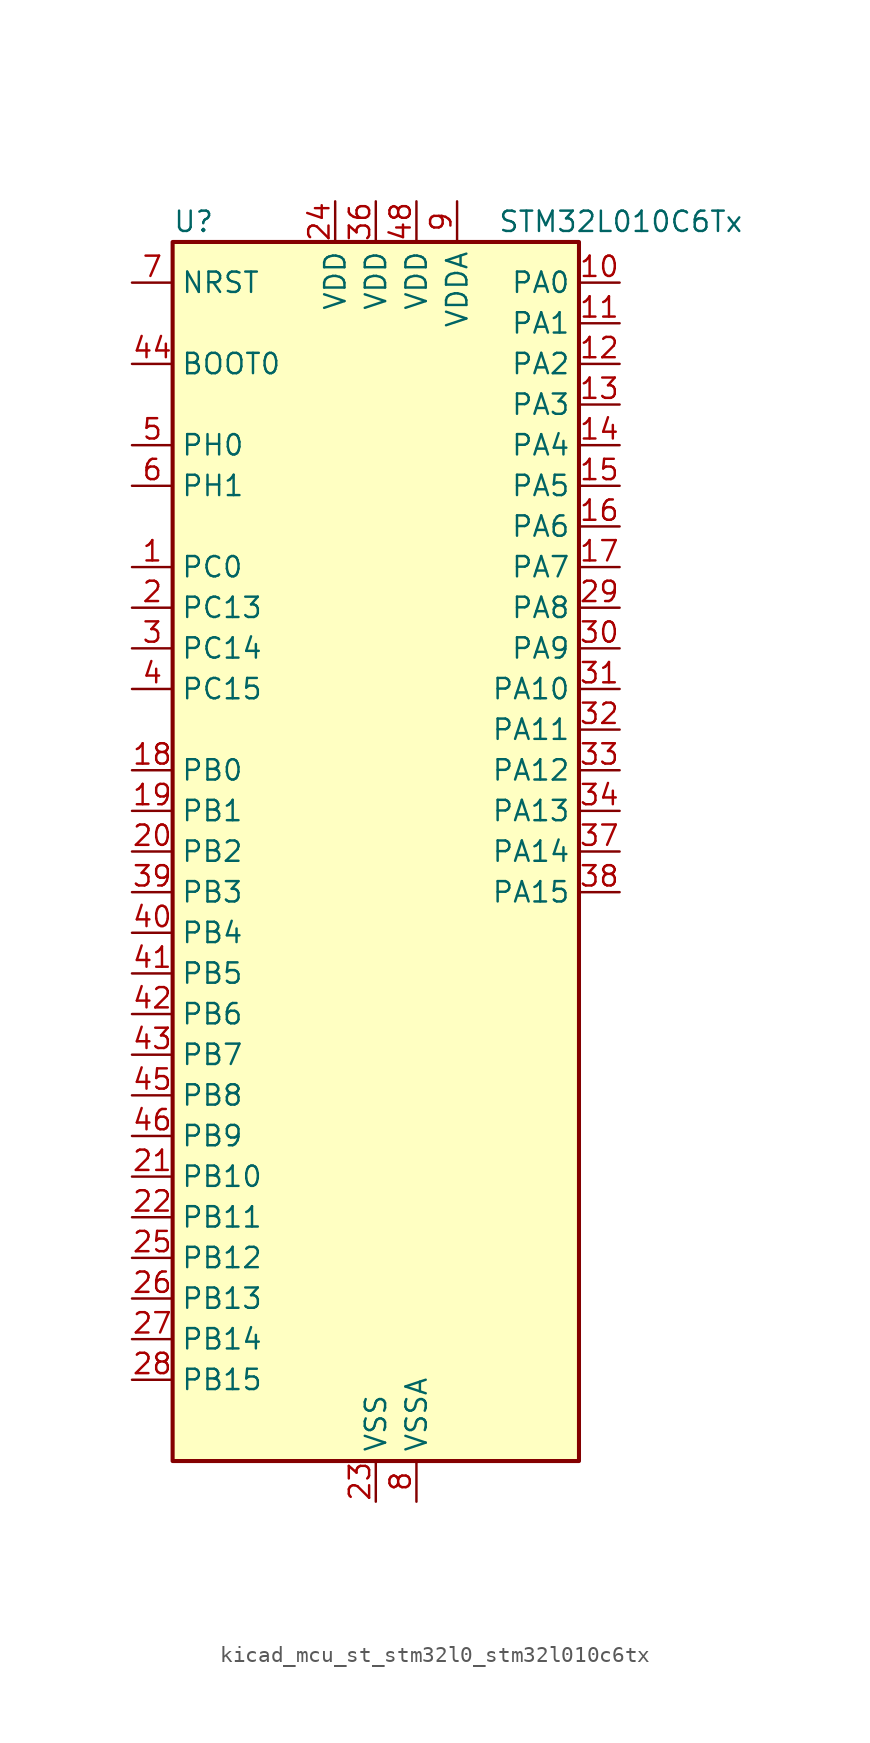
<source format=kicad_sym>
(kicad_symbol_lib
  (version 20220914)
  (generator kicad_symbol_editor)
  (symbol "kicad_mcu_st_stm32l0_stm32l010c6tx"
    (property "Reference" "U"
      (at -12.7 39.37 0)
      (effects (font (size 1.27 1.27)) (justify left)))
    (property "Value" "STM32L010C6Tx"
      (at 7.62 39.37 0)
      (effects (font (size 1.27 1.27)) (justify left)))
    (property "ki_locked" ""
      (at 0 0 0)
      (effects (font (size 1.27 1.27))))
    (symbol "kicad_mcu_st_stm32l0_stm32l010c6tx_0_1"
      (rectangle (start -12.7 -38.1) (end 12.7 38.1) (stroke (width 0.254) (type default)) (fill (type background))))
    (symbol "kicad_mcu_st_stm32l0_stm32l010c6tx_1_1"
      (pin bidirectional line (at -15.24 17.78 0) (length 2.54) (name "PC0" (effects (font (size 1.27 1.27)))) (number "1" (effects (font (size 1.27 1.27)))) (alternate "LPTIM1_IN1" bidirectional line) (alternate "LPUART1_RX" bidirectional line))
      (pin bidirectional line (at 15.24 35.56 180) (length 2.54) (name "PA0" (effects (font (size 1.27 1.27)))) (number "10" (effects (font (size 1.27 1.27)))) (alternate "ADC_IN0" bidirectional line) (alternate "LPTIM1_IN1" bidirectional line) (alternate "RTC_TAMP2" bidirectional line) (alternate "SYS_WKUP1" bidirectional line) (alternate "TIM2_CH1" bidirectional line) (alternate "TIM2_ETR" bidirectional line) (alternate "USART2_CTS" bidirectional line))
      (pin bidirectional line (at 15.24 33.02 180) (length 2.54) (name "PA1" (effects (font (size 1.27 1.27)))) (number "11" (effects (font (size 1.27 1.27)))) (alternate "ADC_IN1" bidirectional line) (alternate "I2C1_SMBA" bidirectional line) (alternate "LPTIM1_IN2" bidirectional line) (alternate "TIM21_ETR" bidirectional line) (alternate "TIM2_CH2" bidirectional line) (alternate "USART2_DE" bidirectional line) (alternate "USART2_RTS" bidirectional line))
      (pin bidirectional line (at 15.24 30.48 180) (length 2.54) (name "PA2" (effects (font (size 1.27 1.27)))) (number "12" (effects (font (size 1.27 1.27)))) (alternate "ADC_IN2" bidirectional line) (alternate "LPUART1_TX" bidirectional line) (alternate "RTC_OUT_ALARM" bidirectional line) (alternate "RTC_OUT_CALIB" bidirectional line) (alternate "RTC_TAMP3" bidirectional line) (alternate "RTC_TS" bidirectional line) (alternate "SYS_WKUP3" bidirectional line) (alternate "TIM21_CH1" bidirectional line) (alternate "TIM2_CH3" bidirectional line) (alternate "USART2_TX" bidirectional line))
      (pin bidirectional line (at 15.24 27.94 180) (length 2.54) (name "PA3" (effects (font (size 1.27 1.27)))) (number "13" (effects (font (size 1.27 1.27)))) (alternate "ADC_IN3" bidirectional line) (alternate "LPUART1_RX" bidirectional line) (alternate "TIM21_CH2" bidirectional line) (alternate "TIM2_CH4" bidirectional line) (alternate "USART2_RX" bidirectional line))
      (pin bidirectional line (at 15.24 25.4 180) (length 2.54) (name "PA4" (effects (font (size 1.27 1.27)))) (number "14" (effects (font (size 1.27 1.27)))) (alternate "ADC_IN4" bidirectional line) (alternate "LPTIM1_IN1" bidirectional line) (alternate "SPI1_NSS" bidirectional line) (alternate "USART2_CK" bidirectional line))
      (pin bidirectional line (at 15.24 22.86 180) (length 2.54) (name "PA5" (effects (font (size 1.27 1.27)))) (number "15" (effects (font (size 1.27 1.27)))) (alternate "ADC_IN5" bidirectional line) (alternate "LPTIM1_IN2" bidirectional line) (alternate "SPI1_SCK" bidirectional line) (alternate "TIM2_CH1" bidirectional line) (alternate "TIM2_ETR" bidirectional line))
      (pin bidirectional line (at 15.24 20.32 180) (length 2.54) (name "PA6" (effects (font (size 1.27 1.27)))) (number "16" (effects (font (size 1.27 1.27)))) (alternate "ADC_IN6" bidirectional line) (alternate "LPTIM1_ETR" bidirectional line) (alternate "LPUART1_CTS" bidirectional line) (alternate "SPI1_MISO" bidirectional line))
      (pin bidirectional line (at 15.24 17.78 180) (length 2.54) (name "PA7" (effects (font (size 1.27 1.27)))) (number "17" (effects (font (size 1.27 1.27)))) (alternate "ADC_IN7" bidirectional line) (alternate "LPTIM1_OUT" bidirectional line) (alternate "SPI1_MOSI" bidirectional line) (alternate "USART2_CTS" bidirectional line))
      (pin bidirectional line (at -15.24 5.08 0) (length 2.54) (name "PB0" (effects (font (size 1.27 1.27)))) (number "18" (effects (font (size 1.27 1.27)))) (alternate "ADC_IN8" bidirectional line) (alternate "SPI1_MISO" bidirectional line) (alternate "SYS_VREF_OUT_PB0" bidirectional line) (alternate "TIM2_CH3" bidirectional line) (alternate "USART2_DE" bidirectional line) (alternate "USART2_RTS" bidirectional line))
      (pin bidirectional line (at -15.24 2.54 0) (length 2.54) (name "PB1" (effects (font (size 1.27 1.27)))) (number "19" (effects (font (size 1.27 1.27)))) (alternate "ADC_IN9" bidirectional line) (alternate "LPUART1_DE" bidirectional line) (alternate "LPUART1_RTS" bidirectional line) (alternate "SPI1_MOSI" bidirectional line) (alternate "SYS_VREF_OUT_PB1" bidirectional line) (alternate "TIM2_CH4" bidirectional line) (alternate "USART2_CK" bidirectional line))
      (pin bidirectional line (at -15.24 15.24 0) (length 2.54) (name "PC13" (effects (font (size 1.27 1.27)))) (number "2" (effects (font (size 1.27 1.27)))) (alternate "RTC_TAMP1" bidirectional line) (alternate "SYS_WKUP2" bidirectional line))
      (pin bidirectional line (at -15.24 0 0) (length 2.54) (name "PB2" (effects (font (size 1.27 1.27)))) (number "20" (effects (font (size 1.27 1.27)))) (alternate "LPTIM1_OUT" bidirectional line))
      (pin bidirectional line (at -15.24 -20.32 0) (length 2.54) (name "PB10" (effects (font (size 1.27 1.27)))) (number "21" (effects (font (size 1.27 1.27)))) (alternate "LPUART1_TX" bidirectional line) (alternate "TIM2_CH3" bidirectional line))
      (pin bidirectional line (at -15.24 -22.86 0) (length 2.54) (name "PB11" (effects (font (size 1.27 1.27)))) (number "22" (effects (font (size 1.27 1.27)))) (alternate "ADC_EXTI11" bidirectional line) (alternate "LPUART1_RX" bidirectional line) (alternate "TIM2_CH4" bidirectional line))
      (pin power_in line (at 0 -40.64 90) (length 2.54) (name "VSS" (effects (font (size 1.27 1.27)))) (number "23" (effects (font (size 1.27 1.27)))))
      (pin power_in line (at -2.54 40.64 270) (length 2.54) (name "VDD" (effects (font (size 1.27 1.27)))) (number "24" (effects (font (size 1.27 1.27)))))
      (pin bidirectional line (at -15.24 -25.4 0) (length 2.54) (name "PB12" (effects (font (size 1.27 1.27)))) (number "25" (effects (font (size 1.27 1.27)))) (alternate "SPI1_NSS" bidirectional line))
      (pin bidirectional line (at -15.24 -27.94 0) (length 2.54) (name "PB13" (effects (font (size 1.27 1.27)))) (number "26" (effects (font (size 1.27 1.27)))) (alternate "LPUART1_CTS" bidirectional line) (alternate "RCC_MCO" bidirectional line) (alternate "SPI1_SCK" bidirectional line) (alternate "TIM21_CH1" bidirectional line))
      (pin bidirectional line (at -15.24 -30.48 0) (length 2.54) (name "PB14" (effects (font (size 1.27 1.27)))) (number "27" (effects (font (size 1.27 1.27)))) (alternate "LPUART1_DE" bidirectional line) (alternate "LPUART1_RTS" bidirectional line) (alternate "RTC_OUT_ALARM" bidirectional line) (alternate "RTC_OUT_CALIB" bidirectional line) (alternate "SPI1_MISO" bidirectional line) (alternate "TIM21_CH2" bidirectional line))
      (pin bidirectional line (at -15.24 -33.02 0) (length 2.54) (name "PB15" (effects (font (size 1.27 1.27)))) (number "28" (effects (font (size 1.27 1.27)))) (alternate "RTC_REFIN" bidirectional line) (alternate "SPI1_MOSI" bidirectional line))
      (pin bidirectional line (at 15.24 15.24 180) (length 2.54) (name "PA8" (effects (font (size 1.27 1.27)))) (number "29" (effects (font (size 1.27 1.27)))) (alternate "LPTIM1_IN1" bidirectional line) (alternate "RCC_MCO" bidirectional line) (alternate "TIM2_CH1" bidirectional line) (alternate "USART2_CK" bidirectional line))
      (pin bidirectional line (at -15.24 12.7 0) (length 2.54) (name "PC14" (effects (font (size 1.27 1.27)))) (number "3" (effects (font (size 1.27 1.27)))) (alternate "RCC_OSC32_IN" bidirectional line))
      (pin bidirectional line (at 15.24 12.7 180) (length 2.54) (name "PA9" (effects (font (size 1.27 1.27)))) (number "30" (effects (font (size 1.27 1.27)))) (alternate "I2C1_SCL" bidirectional line) (alternate "RCC_MCO" bidirectional line) (alternate "USART2_TX" bidirectional line))
      (pin bidirectional line (at 15.24 10.16 180) (length 2.54) (name "PA10" (effects (font (size 1.27 1.27)))) (number "31" (effects (font (size 1.27 1.27)))) (alternate "I2C1_SDA" bidirectional line) (alternate "USART2_RX" bidirectional line))
      (pin bidirectional line (at 15.24 7.62 180) (length 2.54) (name "PA11" (effects (font (size 1.27 1.27)))) (number "32" (effects (font (size 1.27 1.27)))) (alternate "ADC_EXTI11" bidirectional line) (alternate "SPI1_MISO" bidirectional line) (alternate "TIM21_CH2" bidirectional line) (alternate "USART2_CTS" bidirectional line))
      (pin bidirectional line (at 15.24 5.08 180) (length 2.54) (name "PA12" (effects (font (size 1.27 1.27)))) (number "33" (effects (font (size 1.27 1.27)))) (alternate "SPI1_MOSI" bidirectional line) (alternate "USART2_DE" bidirectional line) (alternate "USART2_RTS" bidirectional line))
      (pin bidirectional line (at 15.24 2.54 180) (length 2.54) (name "PA13" (effects (font (size 1.27 1.27)))) (number "34" (effects (font (size 1.27 1.27)))) (alternate "LPTIM1_ETR" bidirectional line) (alternate "LPUART1_RX" bidirectional line) (alternate "SYS_SWDIO" bidirectional line))
      (pin passive line (at 0 -40.64 90) (length 2.54) hide (name "VSS" (effects (font (size 1.27 1.27)))) (number "35" (effects (font (size 1.27 1.27)))))
      (pin power_in line (at 0 40.64 270) (length 2.54) (name "VDD" (effects (font (size 1.27 1.27)))) (number "36" (effects (font (size 1.27 1.27)))))
      (pin bidirectional line (at 15.24 0 180) (length 2.54) (name "PA14" (effects (font (size 1.27 1.27)))) (number "37" (effects (font (size 1.27 1.27)))) (alternate "I2C1_SMBA" bidirectional line) (alternate "LPTIM1_OUT" bidirectional line) (alternate "LPUART1_TX" bidirectional line) (alternate "SYS_SWCLK" bidirectional line) (alternate "USART2_TX" bidirectional line))
      (pin bidirectional line (at 15.24 -2.54 180) (length 2.54) (name "PA15" (effects (font (size 1.27 1.27)))) (number "38" (effects (font (size 1.27 1.27)))) (alternate "SPI1_NSS" bidirectional line) (alternate "TIM2_CH1" bidirectional line) (alternate "TIM2_ETR" bidirectional line) (alternate "USART2_RX" bidirectional line))
      (pin bidirectional line (at -15.24 -2.54 0) (length 2.54) (name "PB3" (effects (font (size 1.27 1.27)))) (number "39" (effects (font (size 1.27 1.27)))) (alternate "SPI1_SCK" bidirectional line) (alternate "TIM2_CH2" bidirectional line))
      (pin bidirectional line (at -15.24 10.16 0) (length 2.54) (name "PC15" (effects (font (size 1.27 1.27)))) (number "4" (effects (font (size 1.27 1.27)))) (alternate "RCC_OSC32_OUT" bidirectional line))
      (pin bidirectional line (at -15.24 -5.08 0) (length 2.54) (name "PB4" (effects (font (size 1.27 1.27)))) (number "40" (effects (font (size 1.27 1.27)))) (alternate "SPI1_MISO" bidirectional line))
      (pin bidirectional line (at -15.24 -7.62 0) (length 2.54) (name "PB5" (effects (font (size 1.27 1.27)))) (number "41" (effects (font (size 1.27 1.27)))) (alternate "I2C1_SMBA" bidirectional line) (alternate "LPTIM1_IN1" bidirectional line) (alternate "SPI1_MOSI" bidirectional line))
      (pin bidirectional line (at -15.24 -10.16 0) (length 2.54) (name "PB6" (effects (font (size 1.27 1.27)))) (number "42" (effects (font (size 1.27 1.27)))) (alternate "I2C1_SCL" bidirectional line) (alternate "LPTIM1_ETR" bidirectional line) (alternate "TIM21_CH1" bidirectional line) (alternate "USART2_TX" bidirectional line))
      (pin bidirectional line (at -15.24 -12.7 0) (length 2.54) (name "PB7" (effects (font (size 1.27 1.27)))) (number "43" (effects (font (size 1.27 1.27)))) (alternate "I2C1_SDA" bidirectional line) (alternate "LPTIM1_IN2" bidirectional line) (alternate "SYS_PVD_IN" bidirectional line) (alternate "USART2_RX" bidirectional line))
      (pin input line (at -15.24 30.48 0) (length 2.54) (name "BOOT0" (effects (font (size 1.27 1.27)))) (number "44" (effects (font (size 1.27 1.27)))))
      (pin bidirectional line (at -15.24 -15.24 0) (length 2.54) (name "PB8" (effects (font (size 1.27 1.27)))) (number "45" (effects (font (size 1.27 1.27)))) (alternate "I2C1_SCL" bidirectional line))
      (pin bidirectional line (at -15.24 -17.78 0) (length 2.54) (name "PB9" (effects (font (size 1.27 1.27)))) (number "46" (effects (font (size 1.27 1.27)))) (alternate "I2C1_SDA" bidirectional line))
      (pin passive line (at 0 -40.64 90) (length 2.54) hide (name "VSS" (effects (font (size 1.27 1.27)))) (number "47" (effects (font (size 1.27 1.27)))))
      (pin power_in line (at 2.54 40.64 270) (length 2.54) (name "VDD" (effects (font (size 1.27 1.27)))) (number "48" (effects (font (size 1.27 1.27)))))
      (pin bidirectional line (at -15.24 25.4 0) (length 2.54) (name "PH0" (effects (font (size 1.27 1.27)))) (number "5" (effects (font (size 1.27 1.27)))) (alternate "RCC_OSC_IN" bidirectional line))
      (pin bidirectional line (at -15.24 22.86 0) (length 2.54) (name "PH1" (effects (font (size 1.27 1.27)))) (number "6" (effects (font (size 1.27 1.27)))) (alternate "RCC_OSC_OUT" bidirectional line))
      (pin input line (at -15.24 35.56 0) (length 2.54) (name "NRST" (effects (font (size 1.27 1.27)))) (number "7" (effects (font (size 1.27 1.27)))))
      (pin power_in line (at 2.54 -40.64 90) (length 2.54) (name "VSSA" (effects (font (size 1.27 1.27)))) (number "8" (effects (font (size 1.27 1.27)))))
      (pin power_in line (at 5.08 40.64 270) (length 2.54) (name "VDDA" (effects (font (size 1.27 1.27)))) (number "9" (effects (font (size 1.27 1.27))))))))
</source>
